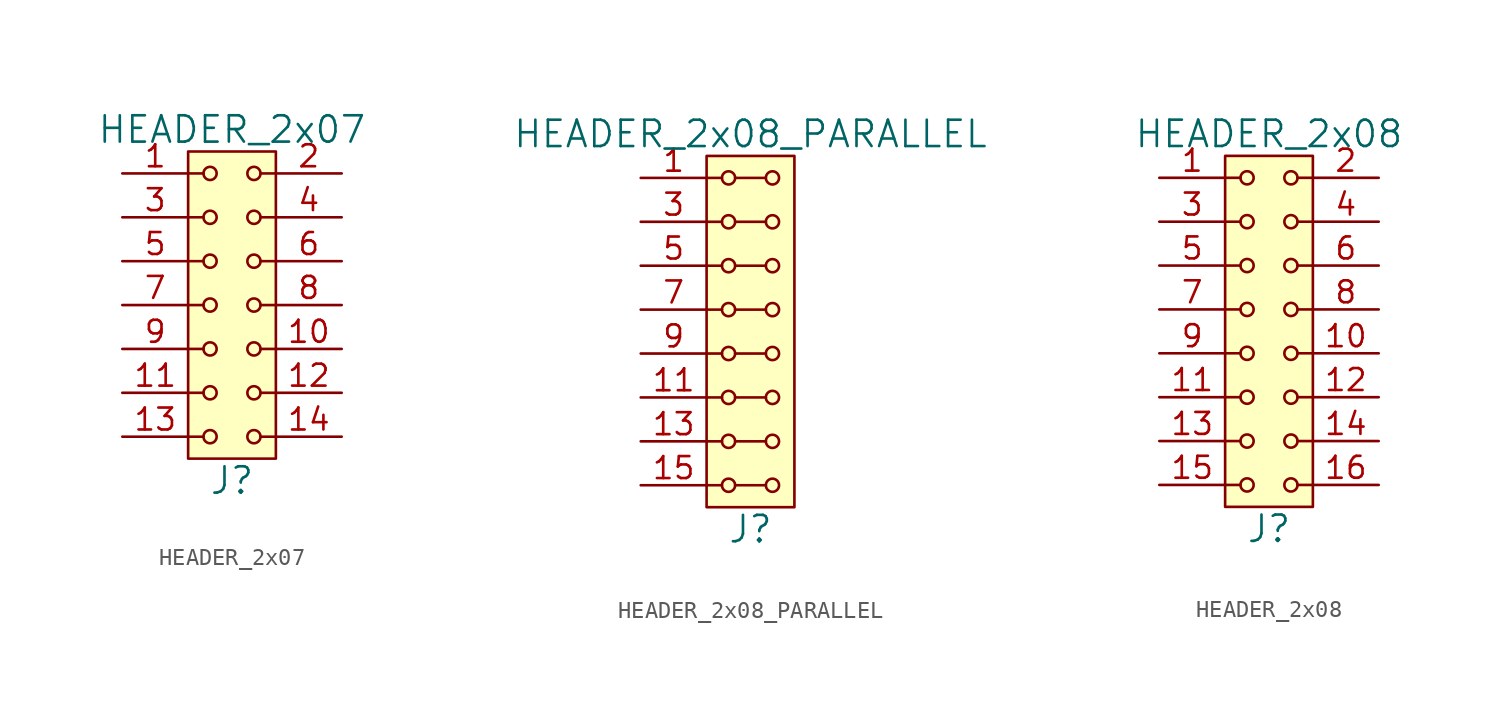
<source format=kicad_sym>
(kicad_symbol_lib
  (version 20211014)
  (generator kicad_symbol_editor)
  (symbol "HEADER_2x07"
    (pin_names
      (offset 1.016))
    (property "Reference" "J"
      (at 0 -10.16 0)
      (effects (font (size 1.524 1.524))))
    (property "Value" "HEADER_2x07"
      (at 0 10.16 0)
      (effects (font (size 1.524 1.524))))
    (property "Footprint" ""
      (at 0 7.62 0)
      (effects (font (size 1.524 1.524))))
    (property "Datasheet" ""
      (at 0 7.62 0)
      (effects (font (size 1.524 1.524))))
    (symbol "HEADER_2x07_0_1"
      (rectangle (start -2.54 8.89) (end 2.54 -8.89) (stroke (width 0) (type default) (color 0 0 0 0)) (fill (type background)))
      (circle (center -1.27 -7.62) (radius 0.381) (stroke (width 0) (type default) (color 0 0 0 0)) (fill (type none)))
      (circle (center -1.27 -5.08) (radius 0.381) (stroke (width 0) (type default) (color 0 0 0 0)) (fill (type none)))
      (circle (center -1.27 -2.54) (radius 0.381) (stroke (width 0) (type default) (color 0 0 0 0)) (fill (type none)))
      (circle (center -1.27 0) (radius 0.381) (stroke (width 0) (type default) (color 0 0 0 0)) (fill (type none)))
      (circle (center -1.27 2.54) (radius 0.381) (stroke (width 0) (type default) (color 0 0 0 0)) (fill (type none)))
      (circle (center -1.27 5.08) (radius 0.381) (stroke (width 0) (type default) (color 0 0 0 0)) (fill (type none)))
      (circle (center -1.27 7.62) (radius 0.381) (stroke (width 0) (type default) (color 0 0 0 0)) (fill (type none)))
      (polyline (pts (xy -1.651 -7.62) (xy -2.54 -7.62)) (stroke (width 0) (type default) (color 0 0 0 0)) (fill (type none)))
      (polyline (pts (xy -1.651 -5.08) (xy -2.54 -5.08)) (stroke (width 0) (type default) (color 0 0 0 0)) (fill (type none)))
      (polyline (pts (xy -1.651 -2.54) (xy -2.54 -2.54)) (stroke (width 0) (type default) (color 0 0 0 0)) (fill (type none)))
      (polyline (pts (xy -1.651 0) (xy -2.54 0)) (stroke (width 0) (type default) (color 0 0 0 0)) (fill (type none)))
      (polyline (pts (xy -1.651 2.54) (xy -2.54 2.54)) (stroke (width 0) (type default) (color 0 0 0 0)) (fill (type none)))
      (polyline (pts (xy -1.651 5.08) (xy -2.54 5.08)) (stroke (width 0) (type default) (color 0 0 0 0)) (fill (type none)))
      (polyline (pts (xy -1.651 7.62) (xy -2.54 7.62)) (stroke (width 0) (type default) (color 0 0 0 0)) (fill (type none)))
      (polyline (pts (xy 1.651 -7.62) (xy 2.54 -7.62)) (stroke (width 0) (type default) (color 0 0 0 0)) (fill (type none)))
      (polyline (pts (xy 1.651 -5.08) (xy 2.54 -5.08)) (stroke (width 0) (type default) (color 0 0 0 0)) (fill (type none)))
      (polyline (pts (xy 1.651 -2.54) (xy 2.54 -2.54)) (stroke (width 0) (type default) (color 0 0 0 0)) (fill (type none)))
      (polyline (pts (xy 1.651 0) (xy 2.54 0)) (stroke (width 0) (type default) (color 0 0 0 0)) (fill (type none)))
      (polyline (pts (xy 1.651 2.54) (xy 2.54 2.54)) (stroke (width 0) (type default) (color 0 0 0 0)) (fill (type none)))
      (polyline (pts (xy 1.651 5.08) (xy 2.54 5.08)) (stroke (width 0) (type default) (color 0 0 0 0)) (fill (type none)))
      (polyline (pts (xy 1.651 7.62) (xy 2.54 7.62)) (stroke (width 0) (type default) (color 0 0 0 0)) (fill (type none)))
      (circle (center 1.27 -7.62) (radius 0.381) (stroke (width 0) (type default) (color 0 0 0 0)) (fill (type none)))
      (circle (center 1.27 -5.08) (radius 0.381) (stroke (width 0) (type default) (color 0 0 0 0)) (fill (type none)))
      (circle (center 1.27 -2.54) (radius 0.381) (stroke (width 0) (type default) (color 0 0 0 0)) (fill (type none)))
      (circle (center 1.27 0) (radius 0.381) (stroke (width 0) (type default) (color 0 0 0 0)) (fill (type none)))
      (circle (center 1.27 2.54) (radius 0.381) (stroke (width 0) (type default) (color 0 0 0 0)) (fill (type none)))
      (circle (center 1.27 5.08) (radius 0.381) (stroke (width 0) (type default) (color 0 0 0 0)) (fill (type none)))
      (circle (center 1.27 7.62) (radius 0.381) (stroke (width 0) (type default) (color 0 0 0 0)) (fill (type none))))
    (symbol "HEADER_2x07_1_1"
      (pin input line (at -6.35 7.62 0) (length 3.81) (name "~" (effects (font (size 1.27 1.27)))) (number "1" (effects (font (size 1.27 1.27)))))
      (pin input line (at 6.35 -2.54 180) (length 3.81) (name "~" (effects (font (size 1.27 1.27)))) (number "10" (effects (font (size 1.27 1.27)))))
      (pin input line (at -6.35 -5.08 0) (length 3.81) (name "~" (effects (font (size 1.27 1.27)))) (number "11" (effects (font (size 1.27 1.27)))))
      (pin input line (at 6.35 -5.08 180) (length 3.81) (name "~" (effects (font (size 1.27 1.27)))) (number "12" (effects (font (size 1.27 1.27)))))
      (pin input line (at -6.35 -7.62 0) (length 3.81) (name "~" (effects (font (size 1.27 1.27)))) (number "13" (effects (font (size 1.27 1.27)))))
      (pin input line (at 6.35 -7.62 180) (length 3.81) (name "~" (effects (font (size 1.27 1.27)))) (number "14" (effects (font (size 1.27 1.27)))))
      (pin input line (at 6.35 7.62 180) (length 3.81) (name "~" (effects (font (size 1.27 1.27)))) (number "2" (effects (font (size 1.27 1.27)))))
      (pin input line (at -6.35 5.08 0) (length 3.81) (name "~" (effects (font (size 1.27 1.27)))) (number "3" (effects (font (size 1.27 1.27)))))
      (pin input line (at 6.35 5.08 180) (length 3.81) (name "~" (effects (font (size 1.27 1.27)))) (number "4" (effects (font (size 1.27 1.27)))))
      (pin input line (at -6.35 2.54 0) (length 3.81) (name "~" (effects (font (size 1.27 1.27)))) (number "5" (effects (font (size 1.27 1.27)))))
      (pin input line (at 6.35 2.54 180) (length 3.81) (name "~" (effects (font (size 1.27 1.27)))) (number "6" (effects (font (size 1.27 1.27)))))
      (pin input line (at -6.35 0 0) (length 3.81) (name "~" (effects (font (size 1.27 1.27)))) (number "7" (effects (font (size 1.27 1.27)))))
      (pin input line (at 6.35 0 180) (length 3.81) (name "~" (effects (font (size 1.27 1.27)))) (number "8" (effects (font (size 1.27 1.27)))))
      (pin input line (at -6.35 -2.54 0) (length 3.81) (name "~" (effects (font (size 1.27 1.27)))) (number "9" (effects (font (size 1.27 1.27)))))))
  (symbol "HEADER_2x08_PARALLEL"
    (pin_names
      (offset 1.016))
    (property "Reference" "J"
      (at 0 -11.43 0)
      (effects (font (size 1.524 1.524))))
    (property "Value" "HEADER_2x08_PARALLEL"
      (at 0 11.43 0)
      (effects (font (size 1.524 1.524))))
    (property "Footprint" ""
      (at 0 8.89 0)
      (effects (font (size 1.524 1.524))))
    (property "Datasheet" ""
      (at 0 8.89 0)
      (effects (font (size 1.524 1.524))))
    (symbol "HEADER_2x08_PARALLEL_0_1"
      (rectangle (start -2.54 10.16) (end 2.54 -10.16) (stroke (width 0) (type default) (color 0 0 0 0)) (fill (type background)))
      (circle (center -1.27 -8.89) (radius 0.381) (stroke (width 0) (type default) (color 0 0 0 0)) (fill (type none)))
      (circle (center -1.27 -6.35) (radius 0.381) (stroke (width 0) (type default) (color 0 0 0 0)) (fill (type none)))
      (circle (center -1.27 -3.81) (radius 0.381) (stroke (width 0) (type default) (color 0 0 0 0)) (fill (type none)))
      (circle (center -1.27 -1.27) (radius 0.381) (stroke (width 0) (type default) (color 0 0 0 0)) (fill (type none)))
      (circle (center -1.27 1.27) (radius 0.381) (stroke (width 0) (type default) (color 0 0 0 0)) (fill (type none)))
      (circle (center -1.27 3.81) (radius 0.381) (stroke (width 0) (type default) (color 0 0 0 0)) (fill (type none)))
      (circle (center -1.27 6.35) (radius 0.381) (stroke (width 0) (type default) (color 0 0 0 0)) (fill (type none)))
      (circle (center -1.27 8.89) (radius 0.381) (stroke (width 0) (type default) (color 0 0 0 0)) (fill (type none)))
      (polyline (pts (xy -1.651 -8.89) (xy -2.54 -8.89)) (stroke (width 0) (type default) (color 0 0 0 0)) (fill (type none)))
      (polyline (pts (xy -1.651 -6.35) (xy -2.54 -6.35)) (stroke (width 0) (type default) (color 0 0 0 0)) (fill (type none)))
      (polyline (pts (xy -1.651 -3.81) (xy -2.54 -3.81)) (stroke (width 0) (type default) (color 0 0 0 0)) (fill (type none)))
      (polyline (pts (xy -1.651 -1.27) (xy -2.54 -1.27)) (stroke (width 0) (type default) (color 0 0 0 0)) (fill (type none)))
      (polyline (pts (xy -1.651 1.27) (xy -2.54 1.27)) (stroke (width 0) (type default) (color 0 0 0 0)) (fill (type none)))
      (polyline (pts (xy -1.651 3.81) (xy -2.54 3.81)) (stroke (width 0) (type default) (color 0 0 0 0)) (fill (type none)))
      (polyline (pts (xy -1.651 6.35) (xy -2.54 6.35)) (stroke (width 0) (type default) (color 0 0 0 0)) (fill (type none)))
      (polyline (pts (xy -1.651 8.89) (xy -2.54 8.89)) (stroke (width 0) (type default) (color 0 0 0 0)) (fill (type none)))
      (polyline (pts (xy -0.889 -8.89) (xy 0.889 -8.89)) (stroke (width 0) (type default) (color 0 0 0 0)) (fill (type none)))
      (polyline (pts (xy -0.889 -6.35) (xy 0.889 -6.35)) (stroke (width 0) (type default) (color 0 0 0 0)) (fill (type none)))
      (polyline (pts (xy -0.889 -3.81) (xy 0.889 -3.81)) (stroke (width 0) (type default) (color 0 0 0 0)) (fill (type none)))
      (polyline (pts (xy -0.889 -1.27) (xy 0.889 -1.27)) (stroke (width 0) (type default) (color 0 0 0 0)) (fill (type none)))
      (polyline (pts (xy -0.889 1.27) (xy 0.889 1.27)) (stroke (width 0) (type default) (color 0 0 0 0)) (fill (type none)))
      (polyline (pts (xy -0.889 3.81) (xy 0.889 3.81)) (stroke (width 0) (type default) (color 0 0 0 0)) (fill (type none)))
      (polyline (pts (xy -0.889 6.35) (xy 0.889 6.35)) (stroke (width 0) (type default) (color 0 0 0 0)) (fill (type none)))
      (polyline (pts (xy -0.889 8.89) (xy 0.889 8.89)) (stroke (width 0) (type default) (color 0 0 0 0)) (fill (type none)))
      (circle (center 1.27 -8.89) (radius 0.381) (stroke (width 0) (type default) (color 0 0 0 0)) (fill (type none)))
      (circle (center 1.27 -6.35) (radius 0.381) (stroke (width 0) (type default) (color 0 0 0 0)) (fill (type none)))
      (circle (center 1.27 -3.81) (radius 0.381) (stroke (width 0) (type default) (color 0 0 0 0)) (fill (type none)))
      (circle (center 1.27 -1.27) (radius 0.381) (stroke (width 0) (type default) (color 0 0 0 0)) (fill (type none)))
      (circle (center 1.27 1.27) (radius 0.381) (stroke (width 0) (type default) (color 0 0 0 0)) (fill (type none)))
      (circle (center 1.27 3.81) (radius 0.381) (stroke (width 0) (type default) (color 0 0 0 0)) (fill (type none)))
      (circle (center 1.27 6.35) (radius 0.381) (stroke (width 0) (type default) (color 0 0 0 0)) (fill (type none)))
      (circle (center 1.27 8.89) (radius 0.381) (stroke (width 0) (type default) (color 0 0 0 0)) (fill (type none))))
    (symbol "HEADER_2x08_PARALLEL_1_1"
      (pin input line (at -6.35 8.89 0) (length 3.81) (name "~" (effects (font (size 1.27 1.27)))) (number "1" (effects (font (size 1.27 1.27)))))
      (pin input line (at -6.35 -1.27 0) (length 3.81) hide (name "~" (effects (font (size 1.27 1.27)))) (number "10" (effects (font (size 1.27 1.27)))))
      (pin input line (at -6.35 -3.81 0) (length 3.81) (name "~" (effects (font (size 1.27 1.27)))) (number "11" (effects (font (size 1.27 1.27)))))
      (pin input line (at -6.35 -3.81 0) (length 3.81) hide (name "~" (effects (font (size 1.27 1.27)))) (number "12" (effects (font (size 1.27 1.27)))))
      (pin input line (at -6.35 -6.35 0) (length 3.81) (name "~" (effects (font (size 1.27 1.27)))) (number "13" (effects (font (size 1.27 1.27)))))
      (pin input line (at -6.35 -6.35 0) (length 3.81) hide (name "~" (effects (font (size 1.27 1.27)))) (number "14" (effects (font (size 1.27 1.27)))))
      (pin input line (at -6.35 -8.89 0) (length 3.81) (name "~" (effects (font (size 1.27 1.27)))) (number "15" (effects (font (size 1.27 1.27)))))
      (pin input line (at -6.35 -8.89 0) (length 3.81) hide (name "~" (effects (font (size 1.27 1.27)))) (number "16" (effects (font (size 1.27 1.27)))))
      (pin input line (at -6.35 8.89 0) (length 3.81) hide (name "~" (effects (font (size 1.27 1.27)))) (number "2" (effects (font (size 1.27 1.27)))))
      (pin input line (at -6.35 6.35 0) (length 3.81) (name "~" (effects (font (size 1.27 1.27)))) (number "3" (effects (font (size 1.27 1.27)))))
      (pin input line (at -6.35 6.35 0) (length 3.81) hide (name "~" (effects (font (size 1.27 1.27)))) (number "4" (effects (font (size 1.27 1.27)))))
      (pin input line (at -6.35 3.81 0) (length 3.81) (name "~" (effects (font (size 1.27 1.27)))) (number "5" (effects (font (size 1.27 1.27)))))
      (pin input line (at -6.35 3.81 0) (length 3.81) hide (name "~" (effects (font (size 1.27 1.27)))) (number "6" (effects (font (size 1.27 1.27)))))
      (pin input line (at -6.35 1.27 0) (length 3.81) (name "~" (effects (font (size 1.27 1.27)))) (number "7" (effects (font (size 1.27 1.27)))))
      (pin input line (at -6.35 1.27 0) (length 3.81) hide (name "~" (effects (font (size 1.27 1.27)))) (number "8" (effects (font (size 1.27 1.27)))))
      (pin input line (at -6.35 -1.27 0) (length 3.81) (name "~" (effects (font (size 1.27 1.27)))) (number "9" (effects (font (size 1.27 1.27)))))))
  (symbol "HEADER_2x08"
    (pin_names
      (offset 1.016))
    (property "Reference" "J"
      (at 0 -11.43 0)
      (effects (font (size 1.524 1.524))))
    (property "Value" "HEADER_2x08"
      (at 0 11.43 0)
      (effects (font (size 1.524 1.524))))
    (property "Footprint" ""
      (at 0 8.89 0)
      (effects (font (size 1.524 1.524))))
    (property "Datasheet" ""
      (at 0 8.89 0)
      (effects (font (size 1.524 1.524))))
    (symbol "HEADER_2x08_0_1"
      (rectangle (start -2.54 10.16) (end 2.54 -10.16) (stroke (width 0) (type default) (color 0 0 0 0)) (fill (type background)))
      (circle (center -1.27 -8.89) (radius 0.381) (stroke (width 0) (type default) (color 0 0 0 0)) (fill (type none)))
      (circle (center -1.27 -6.35) (radius 0.381) (stroke (width 0) (type default) (color 0 0 0 0)) (fill (type none)))
      (circle (center -1.27 -3.81) (radius 0.381) (stroke (width 0) (type default) (color 0 0 0 0)) (fill (type none)))
      (circle (center -1.27 -1.27) (radius 0.381) (stroke (width 0) (type default) (color 0 0 0 0)) (fill (type none)))
      (circle (center -1.27 1.27) (radius 0.381) (stroke (width 0) (type default) (color 0 0 0 0)) (fill (type none)))
      (circle (center -1.27 3.81) (radius 0.381) (stroke (width 0) (type default) (color 0 0 0 0)) (fill (type none)))
      (circle (center -1.27 6.35) (radius 0.381) (stroke (width 0) (type default) (color 0 0 0 0)) (fill (type none)))
      (circle (center -1.27 8.89) (radius 0.381) (stroke (width 0) (type default) (color 0 0 0 0)) (fill (type none)))
      (polyline (pts (xy -1.651 -8.89) (xy -2.54 -8.89)) (stroke (width 0) (type default) (color 0 0 0 0)) (fill (type none)))
      (polyline (pts (xy -1.651 -6.35) (xy -2.54 -6.35)) (stroke (width 0) (type default) (color 0 0 0 0)) (fill (type none)))
      (polyline (pts (xy -1.651 -3.81) (xy -2.54 -3.81)) (stroke (width 0) (type default) (color 0 0 0 0)) (fill (type none)))
      (polyline (pts (xy -1.651 -1.27) (xy -2.54 -1.27)) (stroke (width 0) (type default) (color 0 0 0 0)) (fill (type none)))
      (polyline (pts (xy -1.651 1.27) (xy -2.54 1.27)) (stroke (width 0) (type default) (color 0 0 0 0)) (fill (type none)))
      (polyline (pts (xy -1.651 3.81) (xy -2.54 3.81)) (stroke (width 0) (type default) (color 0 0 0 0)) (fill (type none)))
      (polyline (pts (xy -1.651 6.35) (xy -2.54 6.35)) (stroke (width 0) (type default) (color 0 0 0 0)) (fill (type none)))
      (polyline (pts (xy -1.651 8.89) (xy -2.54 8.89)) (stroke (width 0) (type default) (color 0 0 0 0)) (fill (type none)))
      (polyline (pts (xy 1.651 -8.89) (xy 2.54 -8.89)) (stroke (width 0) (type default) (color 0 0 0 0)) (fill (type none)))
      (polyline (pts (xy 1.651 -6.35) (xy 2.54 -6.35)) (stroke (width 0) (type default) (color 0 0 0 0)) (fill (type none)))
      (polyline (pts (xy 1.651 -3.81) (xy 2.54 -3.81)) (stroke (width 0) (type default) (color 0 0 0 0)) (fill (type none)))
      (polyline (pts (xy 1.651 -1.27) (xy 2.54 -1.27)) (stroke (width 0) (type default) (color 0 0 0 0)) (fill (type none)))
      (polyline (pts (xy 1.651 1.27) (xy 2.54 1.27)) (stroke (width 0) (type default) (color 0 0 0 0)) (fill (type none)))
      (polyline (pts (xy 1.651 3.81) (xy 2.54 3.81)) (stroke (width 0) (type default) (color 0 0 0 0)) (fill (type none)))
      (polyline (pts (xy 1.651 6.35) (xy 2.54 6.35)) (stroke (width 0) (type default) (color 0 0 0 0)) (fill (type none)))
      (polyline (pts (xy 1.651 8.89) (xy 2.54 8.89)) (stroke (width 0) (type default) (color 0 0 0 0)) (fill (type none)))
      (circle (center 1.27 -8.89) (radius 0.381) (stroke (width 0) (type default) (color 0 0 0 0)) (fill (type none)))
      (circle (center 1.27 -6.35) (radius 0.381) (stroke (width 0) (type default) (color 0 0 0 0)) (fill (type none)))
      (circle (center 1.27 -3.81) (radius 0.381) (stroke (width 0) (type default) (color 0 0 0 0)) (fill (type none)))
      (circle (center 1.27 -1.27) (radius 0.381) (stroke (width 0) (type default) (color 0 0 0 0)) (fill (type none)))
      (circle (center 1.27 1.27) (radius 0.381) (stroke (width 0) (type default) (color 0 0 0 0)) (fill (type none)))
      (circle (center 1.27 3.81) (radius 0.381) (stroke (width 0) (type default) (color 0 0 0 0)) (fill (type none)))
      (circle (center 1.27 6.35) (radius 0.381) (stroke (width 0) (type default) (color 0 0 0 0)) (fill (type none)))
      (circle (center 1.27 8.89) (radius 0.381) (stroke (width 0) (type default) (color 0 0 0 0)) (fill (type none))))
    (symbol "HEADER_2x08_1_1"
      (pin input line (at -6.35 8.89 0) (length 3.81) (name "~" (effects (font (size 1.27 1.27)))) (number "1" (effects (font (size 1.27 1.27)))))
      (pin input line (at 6.35 -1.27 180) (length 3.81) (name "~" (effects (font (size 1.27 1.27)))) (number "10" (effects (font (size 1.27 1.27)))))
      (pin input line (at -6.35 -3.81 0) (length 3.81) (name "~" (effects (font (size 1.27 1.27)))) (number "11" (effects (font (size 1.27 1.27)))))
      (pin input line (at 6.35 -3.81 180) (length 3.81) (name "~" (effects (font (size 1.27 1.27)))) (number "12" (effects (font (size 1.27 1.27)))))
      (pin input line (at -6.35 -6.35 0) (length 3.81) (name "~" (effects (font (size 1.27 1.27)))) (number "13" (effects (font (size 1.27 1.27)))))
      (pin input line (at 6.35 -6.35 180) (length 3.81) (name "~" (effects (font (size 1.27 1.27)))) (number "14" (effects (font (size 1.27 1.27)))))
      (pin input line (at -6.35 -8.89 0) (length 3.81) (name "~" (effects (font (size 1.27 1.27)))) (number "15" (effects (font (size 1.27 1.27)))))
      (pin input line (at 6.35 -8.89 180) (length 3.81) (name "~" (effects (font (size 1.27 1.27)))) (number "16" (effects (font (size 1.27 1.27)))))
      (pin input line (at 6.35 8.89 180) (length 3.81) (name "~" (effects (font (size 1.27 1.27)))) (number "2" (effects (font (size 1.27 1.27)))))
      (pin input line (at -6.35 6.35 0) (length 3.81) (name "~" (effects (font (size 1.27 1.27)))) (number "3" (effects (font (size 1.27 1.27)))))
      (pin input line (at 6.35 6.35 180) (length 3.81) (name "~" (effects (font (size 1.27 1.27)))) (number "4" (effects (font (size 1.27 1.27)))))
      (pin input line (at -6.35 3.81 0) (length 3.81) (name "~" (effects (font (size 1.27 1.27)))) (number "5" (effects (font (size 1.27 1.27)))))
      (pin input line (at 6.35 3.81 180) (length 3.81) (name "~" (effects (font (size 1.27 1.27)))) (number "6" (effects (font (size 1.27 1.27)))))
      (pin input line (at -6.35 1.27 0) (length 3.81) (name "~" (effects (font (size 1.27 1.27)))) (number "7" (effects (font (size 1.27 1.27)))))
      (pin input line (at 6.35 1.27 180) (length 3.81) (name "~" (effects (font (size 1.27 1.27)))) (number "8" (effects (font (size 1.27 1.27)))))
      (pin input line (at -6.35 -1.27 0) (length 3.81) (name "~" (effects (font (size 1.27 1.27)))) (number "9" (effects (font (size 1.27 1.27))))))))
</source>
